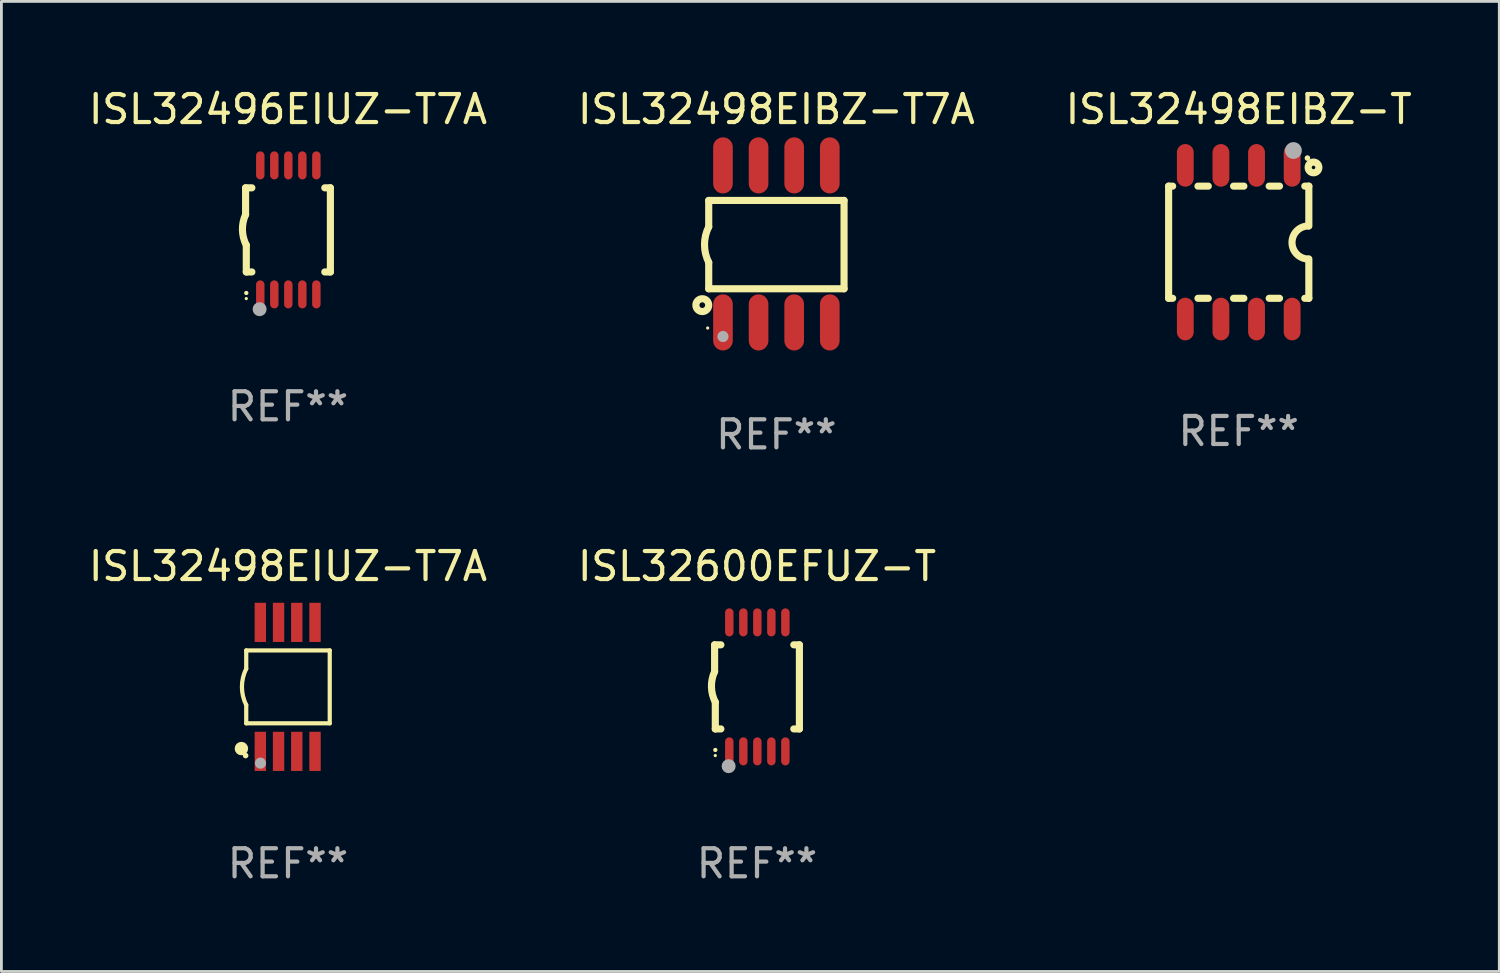
<source format=kicad_pcb>
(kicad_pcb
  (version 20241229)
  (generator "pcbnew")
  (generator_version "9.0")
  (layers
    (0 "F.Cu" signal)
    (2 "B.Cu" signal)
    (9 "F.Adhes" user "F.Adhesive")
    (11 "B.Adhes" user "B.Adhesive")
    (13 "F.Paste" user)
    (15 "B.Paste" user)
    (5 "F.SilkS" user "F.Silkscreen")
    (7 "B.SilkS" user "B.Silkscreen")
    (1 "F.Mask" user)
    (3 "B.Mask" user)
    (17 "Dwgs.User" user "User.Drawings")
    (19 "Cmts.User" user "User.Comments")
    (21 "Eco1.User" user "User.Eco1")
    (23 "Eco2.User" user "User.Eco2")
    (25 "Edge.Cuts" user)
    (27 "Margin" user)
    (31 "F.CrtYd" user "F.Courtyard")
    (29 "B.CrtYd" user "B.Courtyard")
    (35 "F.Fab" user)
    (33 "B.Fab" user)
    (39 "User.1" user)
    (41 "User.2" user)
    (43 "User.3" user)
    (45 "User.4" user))
  (footprint "ISL32496EIUZ-T7A"
    (layer "F.Cu")
    (at 7.22 5.148)
    (property "Reference" "ISL32496EIUZ-T7A" (at 0 -4.3 0) (layer "F.SilkS") (effects (font (size 1 1) (thickness 0.15))))
    (attr through_hole)
    (fp_line (start -1.512 -1.5) (end -1.512 -0.546) (stroke (width 0.254) (type solid)) (layer "F.SilkS"))
    (fp_line (start -1.487 0.546) (end -1.487 1.5) (stroke (width 0.254) (type solid)) (layer "F.SilkS"))
    (fp_line (start -1.288 -1.5) (end -1.512 -1.5) (stroke (width 0.254) (type solid)) (layer "F.SilkS"))
    (fp_line (start -1.288 1.5) (end -1.487 1.5) (stroke (width 0.254) (type solid)) (layer "F.SilkS"))
    (fp_line (start 1.512 -1.5) (end 1.312 -1.5) (stroke (width 0.254) (type solid)) (layer "F.SilkS"))
    (fp_line (start 1.512 -1.5) (end 1.512 1.5) (stroke (width 0.254) (type solid)) (layer "F.SilkS"))
    (fp_line (start 1.512 1.5) (end 1.312 1.5) (stroke (width 0.254) (type solid)) (layer "F.SilkS"))
    (fp_arc (start -1.487998 2.250013) (mid -1.486728 2.250007) (end -1.485458 2.250013) (stroke (width 0.150013) (type solid)) (layer "F.SilkS"))
    (fp_arc (start -1.486602 0.546102) (mid -1.624196 0.002905) (end -1.512002 -0.546101) (stroke (width 0.254001) (type solid)) (layer "F.SilkS"))
    (fp_circle (center -1.488 2.45) (end -1.458 2.45) (stroke (width 0.06) (type solid)) (fill no) (layer "F.SilkS"))
    (fp_circle (center -1.012 2.828) (end -0.887 2.828) (stroke (width 0.25) (type solid)) (fill no) (layer "F.Fab"))
    (fp_text user "REF**" (at 0 6.3 0) (layer "F.Fab") (effects (font (size 1 1) (thickness 0.15))))
    (pad "1" smd oval (at -0.988 2.3) (size 0.3 1) (layers "F.Cu" "F.Mask" "F.Paste"))
    (pad "2" smd oval (at -0.488 2.3) (size 0.3 1) (layers "F.Cu" "F.Mask" "F.Paste"))
    (pad "3" smd oval (at 0.012 2.3) (size 0.3 1) (layers "F.Cu" "F.Mask" "F.Paste"))
    (pad "4" smd oval (at 0.512 2.3) (size 0.3 1) (layers "F.Cu" "F.Mask" "F.Paste"))
    (pad "5" smd oval (at 1.012 2.3) (size 0.3 1) (layers "F.Cu" "F.Mask" "F.Paste"))
    (pad "6" smd oval (at 1.012 -2.3) (size 0.3 1) (layers "F.Cu" "F.Mask" "F.Paste"))
    (pad "7" smd oval (at 0.512 -2.3) (size 0.3 1) (layers "F.Cu" "F.Mask" "F.Paste"))
    (pad "8" smd oval (at 0.012 -2.3) (size 0.3 1) (layers "F.Cu" "F.Mask" "F.Paste"))
    (pad "9" smd oval (at -0.488 -2.3) (size 0.3 1) (layers "F.Cu" "F.Mask" "F.Paste"))
    (pad "10" smd oval (at -0.988 -2.3) (size 0.3 1) (layers "F.Cu" "F.Mask" "F.Paste")))
  (footprint "ISL32600EFUZ-T"
    (layer "F.Cu")
    (at 23.946 21.445)
    (property "Reference" "ISL32600EFUZ-T" (at 0 -4.3 0) (layer "F.SilkS") (effects (font (size 1 1) (thickness 0.15))))
    (attr through_hole)
    (fp_line (start -1.512 -1.5) (end -1.512 -0.546) (stroke (width 0.254) (type solid)) (layer "F.SilkS"))
    (fp_line (start -1.487 0.546) (end -1.487 1.5) (stroke (width 0.254) (type solid)) (layer "F.SilkS"))
    (fp_line (start -1.288 -1.5) (end -1.512 -1.5) (stroke (width 0.254) (type solid)) (layer "F.SilkS"))
    (fp_line (start -1.288 1.5) (end -1.487 1.5) (stroke (width 0.254) (type solid)) (layer "F.SilkS"))
    (fp_line (start 1.512 -1.5) (end 1.312 -1.5) (stroke (width 0.254) (type solid)) (layer "F.SilkS"))
    (fp_line (start 1.512 -1.5) (end 1.512 1.5) (stroke (width 0.254) (type solid)) (layer "F.SilkS"))
    (fp_line (start 1.512 1.5) (end 1.312 1.5) (stroke (width 0.254) (type solid)) (layer "F.SilkS"))
    (fp_arc (start -1.487998 2.250013) (mid -1.486728 2.250007) (end -1.485458 2.250013) (stroke (width 0.150013) (type solid)) (layer "F.SilkS"))
    (fp_arc (start -1.486602 0.546102) (mid -1.624196 0.002905) (end -1.512002 -0.546101) (stroke (width 0.254001) (type solid)) (layer "F.SilkS"))
    (fp_circle (center -1.488 2.45) (end -1.458 2.45) (stroke (width 0.06) (type solid)) (fill no) (layer "F.SilkS"))
    (fp_circle (center -1.012 2.828) (end -0.887 2.828) (stroke (width 0.25) (type solid)) (fill no) (layer "F.Fab"))
    (fp_text user "REF**" (at 0 6.3 0) (layer "F.Fab") (effects (font (size 1 1) (thickness 0.15))))
    (pad "1" smd oval (at -0.988 2.3) (size 0.3 1) (layers "F.Cu" "F.Mask" "F.Paste"))
    (pad "2" smd oval (at -0.488 2.3) (size 0.3 1) (layers "F.Cu" "F.Mask" "F.Paste"))
    (pad "3" smd oval (at 0.012 2.3) (size 0.3 1) (layers "F.Cu" "F.Mask" "F.Paste"))
    (pad "4" smd oval (at 0.512 2.3) (size 0.3 1) (layers "F.Cu" "F.Mask" "F.Paste"))
    (pad "5" smd oval (at 1.012 2.3) (size 0.3 1) (layers "F.Cu" "F.Mask" "F.Paste"))
    (pad "6" smd oval (at 1.012 -2.3) (size 0.3 1) (layers "F.Cu" "F.Mask" "F.Paste"))
    (pad "7" smd oval (at 0.512 -2.3) (size 0.3 1) (layers "F.Cu" "F.Mask" "F.Paste"))
    (pad "8" smd oval (at 0.012 -2.3) (size 0.3 1) (layers "F.Cu" "F.Mask" "F.Paste"))
    (pad "9" smd oval (at -0.488 -2.3) (size 0.3 1) (layers "F.Cu" "F.Mask" "F.Paste"))
    (pad "10" smd oval (at -0.988 -2.3) (size 0.3 1) (layers "F.Cu" "F.Mask" "F.Paste")))
  (footprint "ISL32498EIBZ-T7A"
    (layer "F.Cu")
    (at 24.637 5.648)
    (property "Reference" "ISL32498EIBZ-T7A" (at 0 -4.8 0) (layer "F.SilkS") (effects (font (size 1 1) (thickness 0.15))))
    (attr through_hole)
    (fp_line (start -2.413 -1.55) (end -2.413 -0.61) (stroke (width 0.254) (type solid)) (layer "F.SilkS"))
    (fp_line (start -2.413 0.66) (end -2.413 1.6) (stroke (width 0.254) (type solid)) (layer "F.SilkS"))
    (fp_line (start -2.413 1.6) (end 2.413 1.6) (stroke (width 0.254) (type solid)) (layer "F.SilkS"))
    (fp_line (start 2.413 -1.55) (end -2.413 -1.55) (stroke (width 0.254) (type solid)) (layer "F.SilkS"))
    (fp_line (start 2.413 1.6) (end 2.413 -1.55) (stroke (width 0.254) (type solid)) (layer "F.SilkS"))
    (fp_arc (start -2.413005 0.6603) (mid -2.562909 0.025298) (end -2.413005 -0.609703) (stroke (width 0.254001) (type solid)) (layer "F.SilkS"))
    (fp_circle (center -2.642 2.184) (end -2.54 2.184) (stroke (width 0.254) (type solid)) (fill no) (layer "F.SilkS"))
    (fp_circle (center -2.45 3) (end -2.42 3) (stroke (width 0.06) (type solid)) (fill no) (layer "F.SilkS"))
    (fp_circle (center -1.905 3.302) (end -1.805 3.302) (stroke (width 0.2) (type solid)) (fill no) (layer "F.Fab"))
    (fp_text user "REF**" (at 0 6.8 0) (layer "F.Fab") (effects (font (size 1 1) (thickness 0.15))))
    (pad "1" smd oval (at -1.905 2.8 180) (size 0.7 2) (layers "F.Cu" "F.Mask" "F.Paste"))
    (pad "2" smd oval (at -0.635 2.8 180) (size 0.7 2) (layers "F.Cu" "F.Mask" "F.Paste"))
    (pad "3" smd oval (at 0.635 2.8 180) (size 0.7 2) (layers "F.Cu" "F.Mask" "F.Paste"))
    (pad "4" smd oval (at 1.905 2.8 180) (size 0.7 2) (layers "F.Cu" "F.Mask" "F.Paste"))
    (pad "5" smd oval (at 1.905 -2.8 180) (size 0.7 2) (layers "F.Cu" "F.Mask" "F.Paste"))
    (pad "6" smd oval (at 0.635 -2.8 180) (size 0.7 2) (layers "F.Cu" "F.Mask" "F.Paste"))
    (pad "7" smd oval (at -0.635 -2.8 180) (size 0.7 2) (layers "F.Cu" "F.Mask" "F.Paste"))
    (pad "8" smd oval (at -1.905 -2.8 180) (size 0.7 2) (layers "F.Cu" "F.Mask" "F.Paste")))
  (footprint "ISL32498EIUZ-T7A"
    (layer "F.Cu")
    (at 7.22 21.445)
    (property "Reference" "ISL32498EIUZ-T7A" (at 0 -4.3 0) (layer "F.SilkS") (effects (font (size 1 1) (thickness 0.15))))
    (attr through_hole)
    (fp_line (start -1.489 -1.3) (end -1.489 -0.648) (stroke (width 0.15) (type solid)) (layer "F.SilkS"))
    (fp_line (start -1.489 0.648) (end -1.489 1.3) (stroke (width 0.15) (type solid)) (layer "F.SilkS"))
    (fp_line (start -1.489 1.3) (end 1.489 1.3) (stroke (width 0.15) (type solid)) (layer "F.SilkS"))
    (fp_line (start 1.489 -1.3) (end -1.489 -1.3) (stroke (width 0.15) (type solid)) (layer "F.SilkS"))
    (fp_line (start 1.489 1.3) (end 1.489 -1.3) (stroke (width 0.15) (type solid)) (layer "F.SilkS"))
    (fp_arc (start -1.489205 0.647702) (mid -1.642107 0) (end -1.489205 -0.647701) (stroke (width 0.150013) (type solid)) (layer "F.SilkS"))
    (fp_circle (center -1.661 2.2) (end -1.541 2.2) (stroke (width 0.24) (type solid)) (fill no) (layer "F.SilkS"))
    (fp_circle (center -1.511 2.45) (end -1.461 2.45) (stroke (width 0.1) (type solid)) (fill no) (layer "F.SilkS"))
    (fp_circle (center -0.981 2.72) (end -0.881 2.72) (stroke (width 0.2) (type solid)) (fill no) (layer "F.Fab"))
    (fp_text user "REF**" (at 0 6.3 0) (layer "F.Fab") (effects (font (size 1 1) (thickness 0.15))))
    (pad "1" smd rect (at -0.986 2.3) (size 0.406 1.397) (layers "F.Cu" "F.Mask" "F.Paste"))
    (pad "2" smd rect (at -0.336 2.3) (size 0.406 1.397) (layers "F.Cu" "F.Mask" "F.Paste"))
    (pad "3" smd rect (at 0.314 2.3) (size 0.406 1.397) (layers "F.Cu" "F.Mask" "F.Paste"))
    (pad "4" smd rect (at 0.964 2.3) (size 0.406 1.397) (layers "F.Cu" "F.Mask" "F.Paste"))
    (pad "5" smd rect (at 0.964 -2.3) (size 0.406 1.397) (layers "F.Cu" "F.Mask" "F.Paste"))
    (pad "6" smd rect (at 0.314 -2.3) (size 0.406 1.397) (layers "F.Cu" "F.Mask" "F.Paste"))
    (pad "7" smd rect (at -0.336 -2.3) (size 0.406 1.397) (layers "F.Cu" "F.Mask" "F.Paste"))
    (pad "8" smd rect (at -0.986 -2.3) (size 0.406 1.397) (layers "F.Cu" "F.Mask" "F.Paste")))
  (footprint "ISL32498EIBZ-T"
    (layer "F.Cu")
    (at 41.125 5.588)
    (property "Reference" "ISL32498EIBZ-T" (at 0 -4.74 0) (layer "F.SilkS") (effects (font (size 1 1) (thickness 0.15))))
    (attr through_hole)
    (fp_line (start -2.5 2) (end -2.5 -2) (stroke (width 0.254) (type solid)) (layer "F.SilkS"))
    (fp_line (start -2.356 -2) (end -2.5 -2) (stroke (width 0.254) (type solid)) (layer "F.SilkS"))
    (fp_line (start -2.356 2) (end -2.5 2) (stroke (width 0.254) (type solid)) (layer "F.SilkS"))
    (fp_line (start -1.086 -2) (end -1.454 -2) (stroke (width 0.254) (type solid)) (layer "F.SilkS"))
    (fp_line (start -1.086 2) (end -1.454 2) (stroke (width 0.254) (type solid)) (layer "F.SilkS"))
    (fp_line (start 0.184 -2) (end -0.184 -2) (stroke (width 0.254) (type solid)) (layer "F.SilkS"))
    (fp_line (start 0.184 2) (end -0.184 2) (stroke (width 0.254) (type solid)) (layer "F.SilkS"))
    (fp_line (start 1.454 -2) (end 1.086 -2) (stroke (width 0.254) (type solid)) (layer "F.SilkS"))
    (fp_line (start 1.454 2) (end 1.086 2) (stroke (width 0.254) (type solid)) (layer "F.SilkS"))
    (fp_line (start 2.5 -2) (end 2.356 -2) (stroke (width 0.254) (type solid)) (layer "F.SilkS"))
    (fp_line (start 2.5 -0.58) (end 2.5 -2) (stroke (width 0.254) (type solid)) (layer "F.SilkS"))
    (fp_line (start 2.5 2) (end 2.356 2) (stroke (width 0.254) (type solid)) (layer "F.SilkS"))
    (fp_line (start 2.5 2) (end 2.5 0.6) (stroke (width 0.254) (type solid)) (layer "F.SilkS"))
    (fp_arc (start 2.489992 0.600051) (mid 1.901674 0.010046) (end 2.489992 -0.579959) (stroke (width 0.254001) (type solid)) (layer "F.SilkS"))
    (fp_circle (center 2.45 -3) (end 2.5 -3) (stroke (width 0.1) (type solid)) (fill no) (layer "F.SilkS"))
    (fp_circle (center 2.667 -2.667) (end 2.858 -2.667) (stroke (width 0.254) (type solid)) (fill no) (layer "F.SilkS"))
    (fp_circle (center 1.95 -3.27) (end 2.1 -3.27) (stroke (width 0.3) (type solid)) (fill no) (layer "F.Fab"))
    (fp_text user "REF**" (at 0 6.74 0) (layer "F.Fab") (effects (font (size 1 1) (thickness 0.15))))
    (pad "1" smd oval (at 1.905 -2.74) (size 0.6 1.52) (layers "F.Cu" "F.Mask" "F.Paste"))
    (pad "2" smd oval (at 0.635 -2.74) (size 0.6 1.52) (layers "F.Cu" "F.Mask" "F.Paste"))
    (pad "3" smd oval (at -0.635 -2.74) (size 0.6 1.52) (layers "F.Cu" "F.Mask" "F.Paste"))
    (pad "4" smd oval (at -1.905 -2.74) (size 0.6 1.52) (layers "F.Cu" "F.Mask" "F.Paste"))
    (pad "5" smd oval (at -1.905 2.74) (size 0.6 1.52) (layers "F.Cu" "F.Mask" "F.Paste"))
    (pad "6" smd oval (at -0.635 2.74) (size 0.6 1.52) (layers "F.Cu" "F.Mask" "F.Paste"))
    (pad "7" smd oval (at 0.635 2.74) (size 0.6 1.52) (layers "F.Cu" "F.Mask" "F.Paste"))
    (pad "8" smd oval (at 1.905 2.74) (size 0.6 1.52) (layers "F.Cu" "F.Mask" "F.Paste")))
  (gr_rect
    (start -3 -3)
    (end 50.417 31.593)
    (stroke (width 0.1) (type default))
    (fill no)
    (layer "Edge.Cuts")))
</source>
